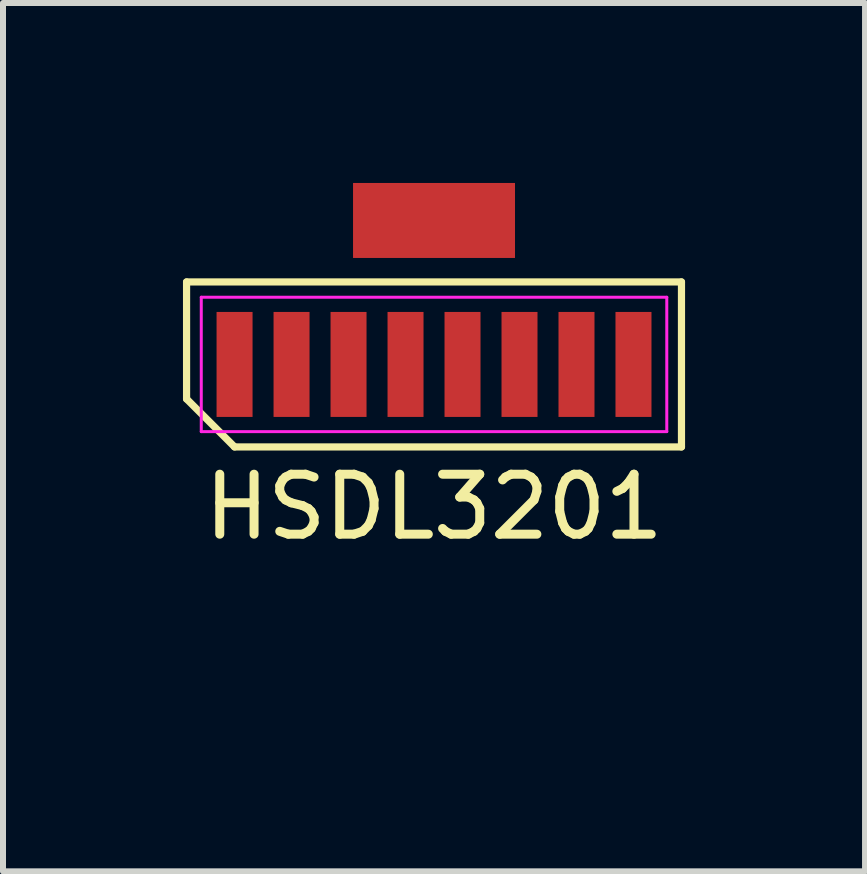
<source format=kicad_pcb>
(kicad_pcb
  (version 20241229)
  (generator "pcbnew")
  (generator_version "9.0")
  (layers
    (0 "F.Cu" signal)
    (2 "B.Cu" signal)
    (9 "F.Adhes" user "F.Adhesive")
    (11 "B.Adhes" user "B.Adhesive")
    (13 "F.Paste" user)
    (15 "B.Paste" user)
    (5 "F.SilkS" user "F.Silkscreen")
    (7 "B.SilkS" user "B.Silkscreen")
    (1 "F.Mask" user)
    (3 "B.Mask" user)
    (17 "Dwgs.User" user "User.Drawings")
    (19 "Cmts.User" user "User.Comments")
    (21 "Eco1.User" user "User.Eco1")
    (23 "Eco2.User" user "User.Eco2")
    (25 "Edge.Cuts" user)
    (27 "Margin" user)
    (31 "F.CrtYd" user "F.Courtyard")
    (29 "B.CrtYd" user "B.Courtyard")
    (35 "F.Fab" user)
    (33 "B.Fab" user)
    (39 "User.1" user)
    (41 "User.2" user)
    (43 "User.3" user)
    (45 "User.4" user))
  (footprint "HSDL3201"
    (layer "F.Cu")
    (at 4.185 8.225)
    (property "Reference" "HSDL3201" (at 0 -2.825 0) (layer "F.SilkS") (effects (font (size 1 1) (thickness 0.15))))
    (attr smd)
    (fp_line (start -4.125 -6.575) (end 4.125 -6.575) (stroke (width 0.12) (type default)) (layer "F.SilkS"))
    (fp_line (start -4.125 -4.625) (end -4.125 -6.575) (stroke (width 0.12) (type default)) (layer "F.SilkS"))
    (fp_line (start -3.325 -3.825) (end -4.125 -4.625) (stroke (width 0.12) (type default)) (layer "F.SilkS"))
    (fp_line (start 4.125 -6.575) (end 4.125 -3.825) (stroke (width 0.12) (type default)) (layer "F.SilkS"))
    (fp_line (start 4.125 -3.825) (end -3.325 -3.825) (stroke (width 0.12) (type default)) (layer "F.SilkS"))
    (fp_line (start -3.88 -6.32) (end 3.88 -6.32) (stroke (width 0.05) (type default)) (layer "F.CrtYd"))
    (fp_line (start -3.88 -4.08) (end -3.88 -6.32) (stroke (width 0.05) (type default)) (layer "F.CrtYd"))
    (fp_line (start 3.88 -6.32) (end 3.88 -4.08) (stroke (width 0.05) (type default)) (layer "F.CrtYd"))
    (fp_line (start 3.88 -4.08) (end -3.88 -4.08) (stroke (width 0.05) (type default)) (layer "F.CrtYd"))
    (pad "1" smd rect (at -3.325 -5.2) (size 0.6 1.75) (layers "F.Cu" "F.Mask" "F.Paste"))
    (pad "2" smd rect (at -2.375 -5.2) (size 0.6 1.75) (layers "F.Cu" "F.Mask" "F.Paste"))
    (pad "3" smd rect (at -1.425 -5.2) (size 0.6 1.75) (layers "F.Cu" "F.Mask" "F.Paste"))
    (pad "4" smd rect (at -0.475 -5.2) (size 0.6 1.75) (layers "F.Cu" "F.Mask" "F.Paste"))
    (pad "5" smd rect (at 0.475 -5.2) (size 0.6 1.75) (layers "F.Cu" "F.Mask" "F.Paste"))
    (pad "6" smd rect (at 1.425 -5.2) (size 0.6 1.75) (layers "F.Cu" "F.Mask" "F.Paste"))
    (pad "7" smd rect (at 2.375 -5.2) (size 0.6 1.75) (layers "F.Cu" "F.Mask" "F.Paste"))
    (pad "8" smd rect (at 3.325 -5.2) (size 0.6 1.75) (layers "F.Cu" "F.Mask" "F.Paste"))
    (pad "9" smd rect (at 0 -7.6) (size 2.7 1.25) (layers "F.Cu" "F.Mask" "F.Paste")))
  (gr_rect
    (start -3 -3)
    (end 11.37 11.475)
    (stroke (width 0.1) (type default))
    (fill no)
    (layer "Edge.Cuts")))
</source>
